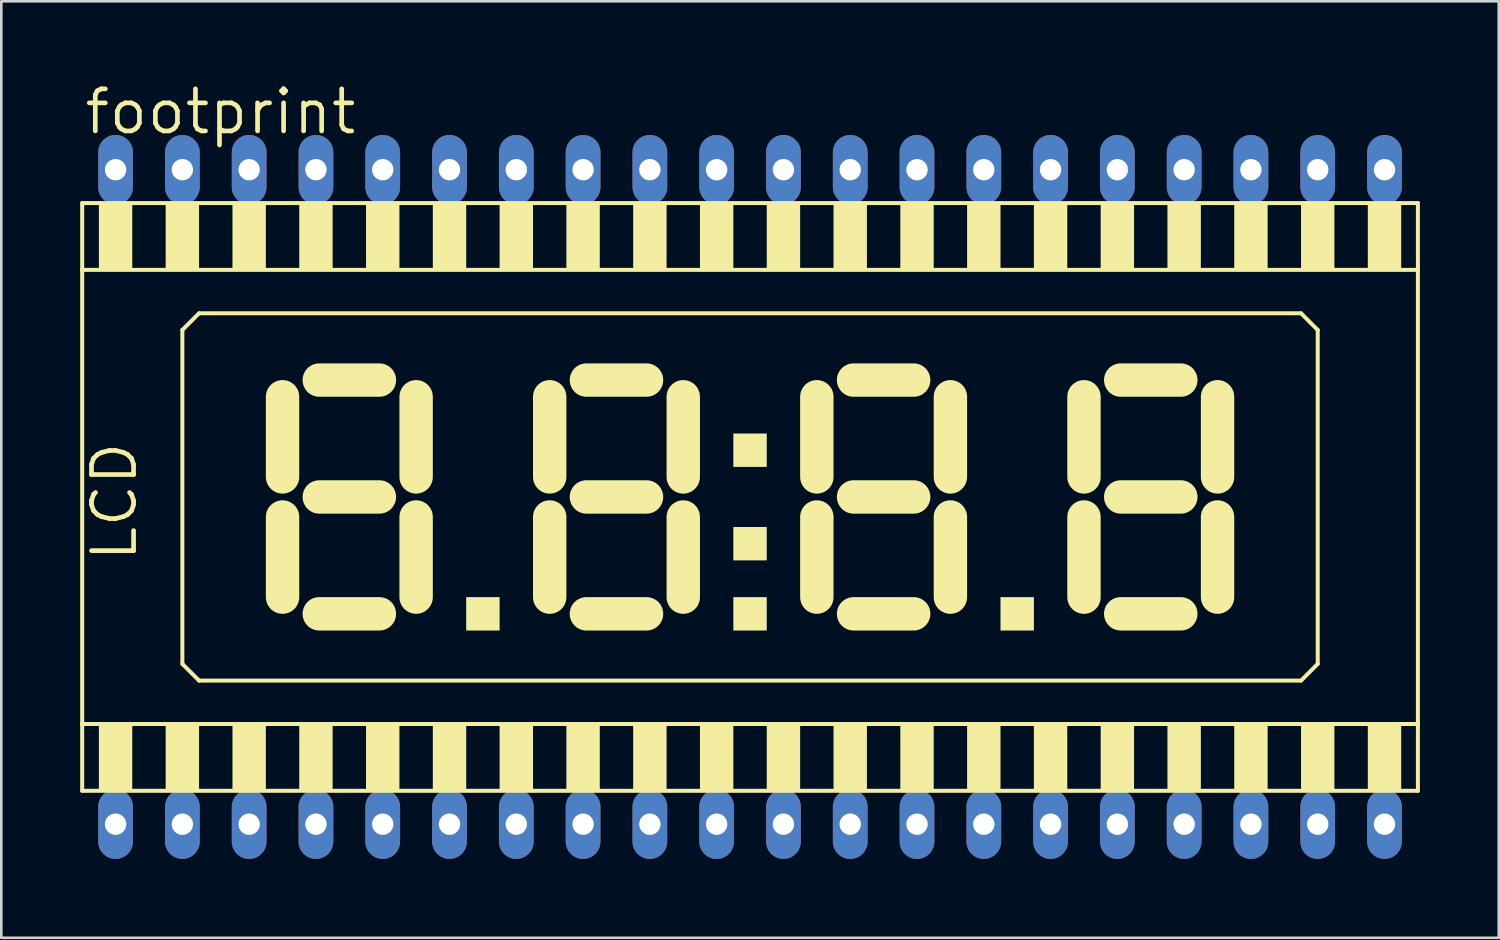
<source format=kicad_pcb>
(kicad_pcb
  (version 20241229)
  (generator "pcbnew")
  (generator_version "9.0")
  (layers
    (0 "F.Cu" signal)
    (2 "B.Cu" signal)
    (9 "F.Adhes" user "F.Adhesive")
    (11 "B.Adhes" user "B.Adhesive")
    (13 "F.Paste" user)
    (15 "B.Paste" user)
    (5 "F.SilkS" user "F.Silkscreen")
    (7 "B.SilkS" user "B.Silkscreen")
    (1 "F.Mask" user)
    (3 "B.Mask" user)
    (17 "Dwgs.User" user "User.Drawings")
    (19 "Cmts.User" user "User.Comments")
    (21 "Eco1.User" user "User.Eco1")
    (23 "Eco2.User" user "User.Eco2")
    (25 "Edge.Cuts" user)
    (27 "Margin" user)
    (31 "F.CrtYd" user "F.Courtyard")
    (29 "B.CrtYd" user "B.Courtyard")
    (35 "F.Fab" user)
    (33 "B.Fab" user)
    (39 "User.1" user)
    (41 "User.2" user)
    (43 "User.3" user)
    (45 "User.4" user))
  (footprint "footprint"
    (layer "F.Cu")
    (at 25.476 15.85)
    (property "Reference" "footprint" (at -25.4 -13.716 0) (layer "F.SilkS") (effects (font (size 1.6 1.6) (thickness 0.178)) (justify left bottom)))
    (fp_line (start -25.4 -11.176) (end -25.4 -8.636) (stroke (width 0.152) (type solid)) (layer "F.SilkS"))
    (fp_line (start -25.4 -8.636) (end -25.4 8.636) (stroke (width 0.152) (type solid)) (layer "F.SilkS"))
    (fp_line (start -25.4 -8.636) (end 25.4 -8.636) (stroke (width 0.152) (type solid)) (layer "F.SilkS"))
    (fp_line (start -25.4 8.636) (end -25.4 11.176) (stroke (width 0.152) (type solid)) (layer "F.SilkS"))
    (fp_line (start -25.4 11.176) (end 25.4 11.176) (stroke (width 0.152) (type solid)) (layer "F.SilkS"))
    (fp_line (start -21.59 -6.35) (end -21.59 6.35) (stroke (width 0.152) (type solid)) (layer "F.SilkS"))
    (fp_line (start -21.59 6.35) (end -20.955 6.985) (stroke (width 0.152) (type solid)) (layer "F.SilkS"))
    (fp_line (start -20.955 -6.985) (end -21.59 -6.35) (stroke (width 0.152) (type solid)) (layer "F.SilkS"))
    (fp_line (start -20.955 6.985) (end 20.955 6.985) (stroke (width 0.152) (type solid)) (layer "F.SilkS"))
    (fp_line (start -17.78 -3.81) (end -17.78 -0.762) (stroke (width 1.27) (type solid)) (layer "F.SilkS"))
    (fp_line (start -17.78 0.762) (end -17.78 3.81) (stroke (width 1.27) (type solid)) (layer "F.SilkS"))
    (fp_line (start -16.383 -4.445) (end -14.097 -4.445) (stroke (width 1.27) (type solid)) (layer "F.SilkS"))
    (fp_line (start -16.383 0) (end -14.097 0) (stroke (width 1.27) (type solid)) (layer "F.SilkS"))
    (fp_line (start -16.383 4.445) (end -14.097 4.445) (stroke (width 1.27) (type solid)) (layer "F.SilkS"))
    (fp_line (start -12.7 -0.762) (end -12.7 -3.81) (stroke (width 1.27) (type solid)) (layer "F.SilkS"))
    (fp_line (start -12.7 3.81) (end -12.7 0.762) (stroke (width 1.27) (type solid)) (layer "F.SilkS"))
    (fp_line (start -7.62 -3.81) (end -7.62 -0.762) (stroke (width 1.27) (type solid)) (layer "F.SilkS"))
    (fp_line (start -7.62 0.762) (end -7.62 3.81) (stroke (width 1.27) (type solid)) (layer "F.SilkS"))
    (fp_line (start -6.223 -4.445) (end -3.937 -4.445) (stroke (width 1.27) (type solid)) (layer "F.SilkS"))
    (fp_line (start -6.223 0) (end -3.937 0) (stroke (width 1.27) (type solid)) (layer "F.SilkS"))
    (fp_line (start -6.223 4.445) (end -3.937 4.445) (stroke (width 1.27) (type solid)) (layer "F.SilkS"))
    (fp_line (start -2.54 -0.762) (end -2.54 -3.81) (stroke (width 1.27) (type solid)) (layer "F.SilkS"))
    (fp_line (start -2.54 3.81) (end -2.54 0.762) (stroke (width 1.27) (type solid)) (layer "F.SilkS"))
    (fp_line (start 2.54 -3.81) (end 2.54 -0.762) (stroke (width 1.27) (type solid)) (layer "F.SilkS"))
    (fp_line (start 2.54 0.762) (end 2.54 3.81) (stroke (width 1.27) (type solid)) (layer "F.SilkS"))
    (fp_line (start 3.937 -4.445) (end 6.223 -4.445) (stroke (width 1.27) (type solid)) (layer "F.SilkS"))
    (fp_line (start 3.937 0) (end 6.223 0) (stroke (width 1.27) (type solid)) (layer "F.SilkS"))
    (fp_line (start 3.937 4.445) (end 6.223 4.445) (stroke (width 1.27) (type solid)) (layer "F.SilkS"))
    (fp_line (start 7.62 -0.762) (end 7.62 -3.81) (stroke (width 1.27) (type solid)) (layer "F.SilkS"))
    (fp_line (start 7.62 3.81) (end 7.62 0.762) (stroke (width 1.27) (type solid)) (layer "F.SilkS"))
    (fp_line (start 12.7 -3.81) (end 12.7 -0.762) (stroke (width 1.27) (type solid)) (layer "F.SilkS"))
    (fp_line (start 12.7 0.762) (end 12.7 3.81) (stroke (width 1.27) (type solid)) (layer "F.SilkS"))
    (fp_line (start 14.097 -4.445) (end 16.383 -4.445) (stroke (width 1.27) (type solid)) (layer "F.SilkS"))
    (fp_line (start 14.097 0) (end 16.383 0) (stroke (width 1.27) (type solid)) (layer "F.SilkS"))
    (fp_line (start 14.097 4.445) (end 16.383 4.445) (stroke (width 1.27) (type solid)) (layer "F.SilkS"))
    (fp_line (start 17.78 -0.762) (end 17.78 -3.81) (stroke (width 1.27) (type solid)) (layer "F.SilkS"))
    (fp_line (start 17.78 3.81) (end 17.78 0.762) (stroke (width 1.27) (type solid)) (layer "F.SilkS"))
    (fp_line (start 20.955 -6.985) (end -20.955 -6.985) (stroke (width 0.152) (type solid)) (layer "F.SilkS"))
    (fp_line (start 20.955 6.985) (end 21.59 6.35) (stroke (width 0.152) (type solid)) (layer "F.SilkS"))
    (fp_line (start 21.59 -6.35) (end 20.955 -6.985) (stroke (width 0.152) (type solid)) (layer "F.SilkS"))
    (fp_line (start 21.59 6.35) (end 21.59 -6.35) (stroke (width 0.152) (type solid)) (layer "F.SilkS"))
    (fp_line (start 25.4 -11.176) (end -25.4 -11.176) (stroke (width 0.152) (type solid)) (layer "F.SilkS"))
    (fp_line (start 25.4 -8.636) (end 25.4 -11.176) (stroke (width 0.152) (type solid)) (layer "F.SilkS"))
    (fp_line (start 25.4 8.636) (end -25.4 8.636) (stroke (width 0.152) (type solid)) (layer "F.SilkS"))
    (fp_line (start 25.4 8.636) (end 25.4 -8.636) (stroke (width 0.152) (type solid)) (layer "F.SilkS"))
    (fp_line (start 25.4 11.176) (end 25.4 8.636) (stroke (width 0.152) (type solid)) (layer "F.SilkS"))
    (fp_poly (pts (xy -24.765 -8.636) (xy -23.495 -8.636) (xy -23.495 -11.176) (xy -24.765 -11.176)) (stroke (width 0) (type solid)) (fill yes) (layer "F.SilkS"))
    (fp_poly (pts (xy -24.765 11.176) (xy -23.495 11.176) (xy -23.495 8.636) (xy -24.765 8.636)) (stroke (width 0) (type solid)) (fill yes) (layer "F.SilkS"))
    (fp_poly (pts (xy -22.225 -8.636) (xy -20.955 -8.636) (xy -20.955 -11.176) (xy -22.225 -11.176)) (stroke (width 0) (type solid)) (fill yes) (layer "F.SilkS"))
    (fp_poly (pts (xy -22.225 11.176) (xy -20.955 11.176) (xy -20.955 8.636) (xy -22.225 8.636)) (stroke (width 0) (type solid)) (fill yes) (layer "F.SilkS"))
    (fp_poly (pts (xy -19.685 -8.636) (xy -18.415 -8.636) (xy -18.415 -11.176) (xy -19.685 -11.176)) (stroke (width 0) (type solid)) (fill yes) (layer "F.SilkS"))
    (fp_poly (pts (xy -19.685 11.176) (xy -18.415 11.176) (xy -18.415 8.636) (xy -19.685 8.636)) (stroke (width 0) (type solid)) (fill yes) (layer "F.SilkS"))
    (fp_poly (pts (xy -17.145 -8.636) (xy -15.875 -8.636) (xy -15.875 -11.176) (xy -17.145 -11.176)) (stroke (width 0) (type solid)) (fill yes) (layer "F.SilkS"))
    (fp_poly (pts (xy -17.145 11.176) (xy -15.875 11.176) (xy -15.875 8.636) (xy -17.145 8.636)) (stroke (width 0) (type solid)) (fill yes) (layer "F.SilkS"))
    (fp_poly (pts (xy -14.605 -8.636) (xy -13.335 -8.636) (xy -13.335 -11.176) (xy -14.605 -11.176)) (stroke (width 0) (type solid)) (fill yes) (layer "F.SilkS"))
    (fp_poly (pts (xy -14.605 11.176) (xy -13.335 11.176) (xy -13.335 8.636) (xy -14.605 8.636)) (stroke (width 0) (type solid)) (fill yes) (layer "F.SilkS"))
    (fp_poly (pts (xy -12.065 -8.636) (xy -10.795 -8.636) (xy -10.795 -11.176) (xy -12.065 -11.176)) (stroke (width 0) (type solid)) (fill yes) (layer "F.SilkS"))
    (fp_poly (pts (xy -12.065 11.176) (xy -10.795 11.176) (xy -10.795 8.636) (xy -12.065 8.636)) (stroke (width 0) (type solid)) (fill yes) (layer "F.SilkS"))
    (fp_poly (pts (xy -10.795 5.08) (xy -9.525 5.08) (xy -9.525 3.81) (xy -10.795 3.81)) (stroke (width 0) (type solid)) (fill yes) (layer "F.SilkS"))
    (fp_poly (pts (xy -9.525 -8.636) (xy -8.255 -8.636) (xy -8.255 -11.176) (xy -9.525 -11.176)) (stroke (width 0) (type solid)) (fill yes) (layer "F.SilkS"))
    (fp_poly (pts (xy -9.525 11.176) (xy -8.255 11.176) (xy -8.255 8.636) (xy -9.525 8.636)) (stroke (width 0) (type solid)) (fill yes) (layer "F.SilkS"))
    (fp_poly (pts (xy -6.985 -8.636) (xy -5.715 -8.636) (xy -5.715 -11.176) (xy -6.985 -11.176)) (stroke (width 0) (type solid)) (fill yes) (layer "F.SilkS"))
    (fp_poly (pts (xy -6.985 11.176) (xy -5.715 11.176) (xy -5.715 8.636) (xy -6.985 8.636)) (stroke (width 0) (type solid)) (fill yes) (layer "F.SilkS"))
    (fp_poly (pts (xy -4.445 -8.636) (xy -3.175 -8.636) (xy -3.175 -11.176) (xy -4.445 -11.176)) (stroke (width 0) (type solid)) (fill yes) (layer "F.SilkS"))
    (fp_poly (pts (xy -4.445 11.176) (xy -3.175 11.176) (xy -3.175 8.636) (xy -4.445 8.636)) (stroke (width 0) (type solid)) (fill yes) (layer "F.SilkS"))
    (fp_poly (pts (xy -1.905 -8.636) (xy -0.635 -8.636) (xy -0.635 -11.176) (xy -1.905 -11.176)) (stroke (width 0) (type solid)) (fill yes) (layer "F.SilkS"))
    (fp_poly (pts (xy -1.905 11.176) (xy -0.635 11.176) (xy -0.635 8.636) (xy -1.905 8.636)) (stroke (width 0) (type solid)) (fill yes) (layer "F.SilkS"))
    (fp_poly (pts (xy -0.635 -1.143) (xy 0.635 -1.143) (xy 0.635 -2.413) (xy -0.635 -2.413)) (stroke (width 0) (type solid)) (fill yes) (layer "F.SilkS"))
    (fp_poly (pts (xy -0.635 2.413) (xy 0.635 2.413) (xy 0.635 1.143) (xy -0.635 1.143)) (stroke (width 0) (type solid)) (fill yes) (layer "F.SilkS"))
    (fp_poly (pts (xy -0.635 5.08) (xy 0.635 5.08) (xy 0.635 3.81) (xy -0.635 3.81)) (stroke (width 0) (type solid)) (fill yes) (layer "F.SilkS"))
    (fp_poly (pts (xy 0.635 -8.636) (xy 1.905 -8.636) (xy 1.905 -11.176) (xy 0.635 -11.176)) (stroke (width 0) (type solid)) (fill yes) (layer "F.SilkS"))
    (fp_poly (pts (xy 0.635 11.176) (xy 1.905 11.176) (xy 1.905 8.636) (xy 0.635 8.636)) (stroke (width 0) (type solid)) (fill yes) (layer "F.SilkS"))
    (fp_poly (pts (xy 3.175 -8.636) (xy 4.445 -8.636) (xy 4.445 -11.176) (xy 3.175 -11.176)) (stroke (width 0) (type solid)) (fill yes) (layer "F.SilkS"))
    (fp_poly (pts (xy 3.175 11.176) (xy 4.445 11.176) (xy 4.445 8.636) (xy 3.175 8.636)) (stroke (width 0) (type solid)) (fill yes) (layer "F.SilkS"))
    (fp_poly (pts (xy 5.715 -8.636) (xy 6.985 -8.636) (xy 6.985 -11.176) (xy 5.715 -11.176)) (stroke (width 0) (type solid)) (fill yes) (layer "F.SilkS"))
    (fp_poly (pts (xy 5.715 11.176) (xy 6.985 11.176) (xy 6.985 8.636) (xy 5.715 8.636)) (stroke (width 0) (type solid)) (fill yes) (layer "F.SilkS"))
    (fp_poly (pts (xy 8.255 -8.636) (xy 9.525 -8.636) (xy 9.525 -11.176) (xy 8.255 -11.176)) (stroke (width 0) (type solid)) (fill yes) (layer "F.SilkS"))
    (fp_poly (pts (xy 8.255 11.176) (xy 9.525 11.176) (xy 9.525 8.636) (xy 8.255 8.636)) (stroke (width 0) (type solid)) (fill yes) (layer "F.SilkS"))
    (fp_poly (pts (xy 9.525 5.08) (xy 10.795 5.08) (xy 10.795 3.81) (xy 9.525 3.81)) (stroke (width 0) (type solid)) (fill yes) (layer "F.SilkS"))
    (fp_poly (pts (xy 10.795 -8.636) (xy 12.065 -8.636) (xy 12.065 -11.176) (xy 10.795 -11.176)) (stroke (width 0) (type solid)) (fill yes) (layer "F.SilkS"))
    (fp_poly (pts (xy 10.795 11.176) (xy 12.065 11.176) (xy 12.065 8.636) (xy 10.795 8.636)) (stroke (width 0) (type solid)) (fill yes) (layer "F.SilkS"))
    (fp_poly (pts (xy 13.335 -8.636) (xy 14.605 -8.636) (xy 14.605 -11.176) (xy 13.335 -11.176)) (stroke (width 0) (type solid)) (fill yes) (layer "F.SilkS"))
    (fp_poly (pts (xy 13.335 11.176) (xy 14.605 11.176) (xy 14.605 8.636) (xy 13.335 8.636)) (stroke (width 0) (type solid)) (fill yes) (layer "F.SilkS"))
    (fp_poly (pts (xy 15.875 -8.636) (xy 17.145 -8.636) (xy 17.145 -11.176) (xy 15.875 -11.176)) (stroke (width 0) (type solid)) (fill yes) (layer "F.SilkS"))
    (fp_poly (pts (xy 15.875 11.176) (xy 17.145 11.176) (xy 17.145 8.636) (xy 15.875 8.636)) (stroke (width 0) (type solid)) (fill yes) (layer "F.SilkS"))
    (fp_poly (pts (xy 18.415 -8.636) (xy 19.685 -8.636) (xy 19.685 -11.176) (xy 18.415 -11.176)) (stroke (width 0) (type solid)) (fill yes) (layer "F.SilkS"))
    (fp_poly (pts (xy 18.415 11.176) (xy 19.685 11.176) (xy 19.685 8.636) (xy 18.415 8.636)) (stroke (width 0) (type solid)) (fill yes) (layer "F.SilkS"))
    (fp_poly (pts (xy 20.955 -8.636) (xy 22.225 -8.636) (xy 22.225 -11.176) (xy 20.955 -11.176)) (stroke (width 0) (type solid)) (fill yes) (layer "F.SilkS"))
    (fp_poly (pts (xy 20.955 11.176) (xy 22.225 11.176) (xy 22.225 8.636) (xy 20.955 8.636)) (stroke (width 0) (type solid)) (fill yes) (layer "F.SilkS"))
    (fp_poly (pts (xy 23.495 -8.636) (xy 24.765 -8.636) (xy 24.765 -11.176) (xy 23.495 -11.176)) (stroke (width 0) (type solid)) (fill yes) (layer "F.SilkS"))
    (fp_poly (pts (xy 23.495 11.176) (xy 24.765 11.176) (xy 24.765 8.636) (xy 23.495 8.636)) (stroke (width 0) (type solid)) (fill yes) (layer "F.SilkS"))
    (fp_text user "LCD" (at -23.241 2.54 90) (layer "F.SilkS") (effects (font (size 1.6 1.6) (thickness 0.178)) (justify left bottom)))
    (pad "1" thru_hole oval (at -24.13 12.446 90) (size 2.642 1.321) (drill 0.813) (layers "*.Cu" "*.Mask"))
    (pad "2" thru_hole oval (at -21.59 12.446 90) (size 2.642 1.321) (drill 0.813) (layers "*.Cu" "*.Mask"))
    (pad "3" thru_hole oval (at -19.05 12.446 90) (size 2.642 1.321) (drill 0.813) (layers "*.Cu" "*.Mask"))
    (pad "4" thru_hole oval (at -16.51 12.446 90) (size 2.642 1.321) (drill 0.813) (layers "*.Cu" "*.Mask"))
    (pad "5" thru_hole oval (at -13.97 12.446 90) (size 2.642 1.321) (drill 0.813) (layers "*.Cu" "*.Mask"))
    (pad "6" thru_hole oval (at -11.43 12.446 90) (size 2.642 1.321) (drill 0.813) (layers "*.Cu" "*.Mask"))
    (pad "7" thru_hole oval (at -8.89 12.446 90) (size 2.642 1.321) (drill 0.813) (layers "*.Cu" "*.Mask"))
    (pad "8" thru_hole oval (at -6.35 12.446 90) (size 2.642 1.321) (drill 0.813) (layers "*.Cu" "*.Mask"))
    (pad "9" thru_hole oval (at -3.81 12.446 90) (size 2.642 1.321) (drill 0.813) (layers "*.Cu" "*.Mask"))
    (pad "10" thru_hole oval (at -1.27 12.446 90) (size 2.642 1.321) (drill 0.813) (layers "*.Cu" "*.Mask"))
    (pad "11" thru_hole oval (at 1.27 12.446 90) (size 2.642 1.321) (drill 0.813) (layers "*.Cu" "*.Mask"))
    (pad "12" thru_hole oval (at 3.81 12.446 90) (size 2.642 1.321) (drill 0.813) (layers "*.Cu" "*.Mask"))
    (pad "13" thru_hole oval (at 6.35 12.446 90) (size 2.642 1.321) (drill 0.813) (layers "*.Cu" "*.Mask"))
    (pad "14" thru_hole oval (at 8.89 12.446 90) (size 2.642 1.321) (drill 0.813) (layers "*.Cu" "*.Mask"))
    (pad "15" thru_hole oval (at 11.43 12.446 90) (size 2.642 1.321) (drill 0.813) (layers "*.Cu" "*.Mask"))
    (pad "16" thru_hole oval (at 13.97 12.446 90) (size 2.642 1.321) (drill 0.813) (layers "*.Cu" "*.Mask"))
    (pad "17" thru_hole oval (at 16.51 12.446 90) (size 2.642 1.321) (drill 0.813) (layers "*.Cu" "*.Mask"))
    (pad "18" thru_hole oval (at 19.05 12.446 90) (size 2.642 1.321) (drill 0.813) (layers "*.Cu" "*.Mask"))
    (pad "19" thru_hole oval (at 21.59 12.446 90) (size 2.642 1.321) (drill 0.813) (layers "*.Cu" "*.Mask"))
    (pad "20" thru_hole oval (at 24.13 12.446 90) (size 2.642 1.321) (drill 0.813) (layers "*.Cu" "*.Mask"))
    (pad "21" thru_hole oval (at 24.13 -12.446 90) (size 2.642 1.321) (drill 0.813) (layers "*.Cu" "*.Mask"))
    (pad "22" thru_hole oval (at 21.59 -12.446 90) (size 2.642 1.321) (drill 0.813) (layers "*.Cu" "*.Mask"))
    (pad "23" thru_hole oval (at 19.05 -12.446 90) (size 2.642 1.321) (drill 0.813) (layers "*.Cu" "*.Mask"))
    (pad "24" thru_hole oval (at 16.51 -12.446 90) (size 2.642 1.321) (drill 0.813) (layers "*.Cu" "*.Mask"))
    (pad "25" thru_hole oval (at 13.97 -12.446 90) (size 2.642 1.321) (drill 0.813) (layers "*.Cu" "*.Mask"))
    (pad "26" thru_hole oval (at 11.43 -12.446 90) (size 2.642 1.321) (drill 0.813) (layers "*.Cu" "*.Mask"))
    (pad "27" thru_hole oval (at 8.89 -12.446 90) (size 2.642 1.321) (drill 0.813) (layers "*.Cu" "*.Mask"))
    (pad "28" thru_hole oval (at 6.35 -12.446 90) (size 2.642 1.321) (drill 0.813) (layers "*.Cu" "*.Mask"))
    (pad "29" thru_hole oval (at 3.81 -12.446 90) (size 2.642 1.321) (drill 0.813) (layers "*.Cu" "*.Mask"))
    (pad "30" thru_hole oval (at 1.27 -12.446 90) (size 2.642 1.321) (drill 0.813) (layers "*.Cu" "*.Mask"))
    (pad "31" thru_hole oval (at -1.27 -12.446 90) (size 2.642 1.321) (drill 0.813) (layers "*.Cu" "*.Mask"))
    (pad "32" thru_hole oval (at -3.81 -12.446 90) (size 2.642 1.321) (drill 0.813) (layers "*.Cu" "*.Mask"))
    (pad "33" thru_hole oval (at -6.35 -12.446 90) (size 2.642 1.321) (drill 0.813) (layers "*.Cu" "*.Mask"))
    (pad "34" thru_hole oval (at -8.89 -12.446 90) (size 2.642 1.321) (drill 0.813) (layers "*.Cu" "*.Mask"))
    (pad "35" thru_hole oval (at -11.43 -12.446 90) (size 2.642 1.321) (drill 0.813) (layers "*.Cu" "*.Mask"))
    (pad "36" thru_hole oval (at -13.97 -12.446 90) (size 2.642 1.321) (drill 0.813) (layers "*.Cu" "*.Mask"))
    (pad "37" thru_hole oval (at -16.51 -12.446 90) (size 2.642 1.321) (drill 0.813) (layers "*.Cu" "*.Mask"))
    (pad "38" thru_hole oval (at -19.05 -12.446 90) (size 2.642 1.321) (drill 0.813) (layers "*.Cu" "*.Mask"))
    (pad "39" thru_hole oval (at -21.59 -12.446 90) (size 2.642 1.321) (drill 0.813) (layers "*.Cu" "*.Mask"))
    (pad "40" thru_hole oval (at -24.13 -12.446 90) (size 2.642 1.321) (drill 0.813) (layers "*.Cu" "*.Mask")))
  (gr_rect
    (start -3 -3)
    (end 53.952 32.616)
    (stroke (width 0.1) (type default))
    (fill no)
    (layer "Edge.Cuts")))
</source>
